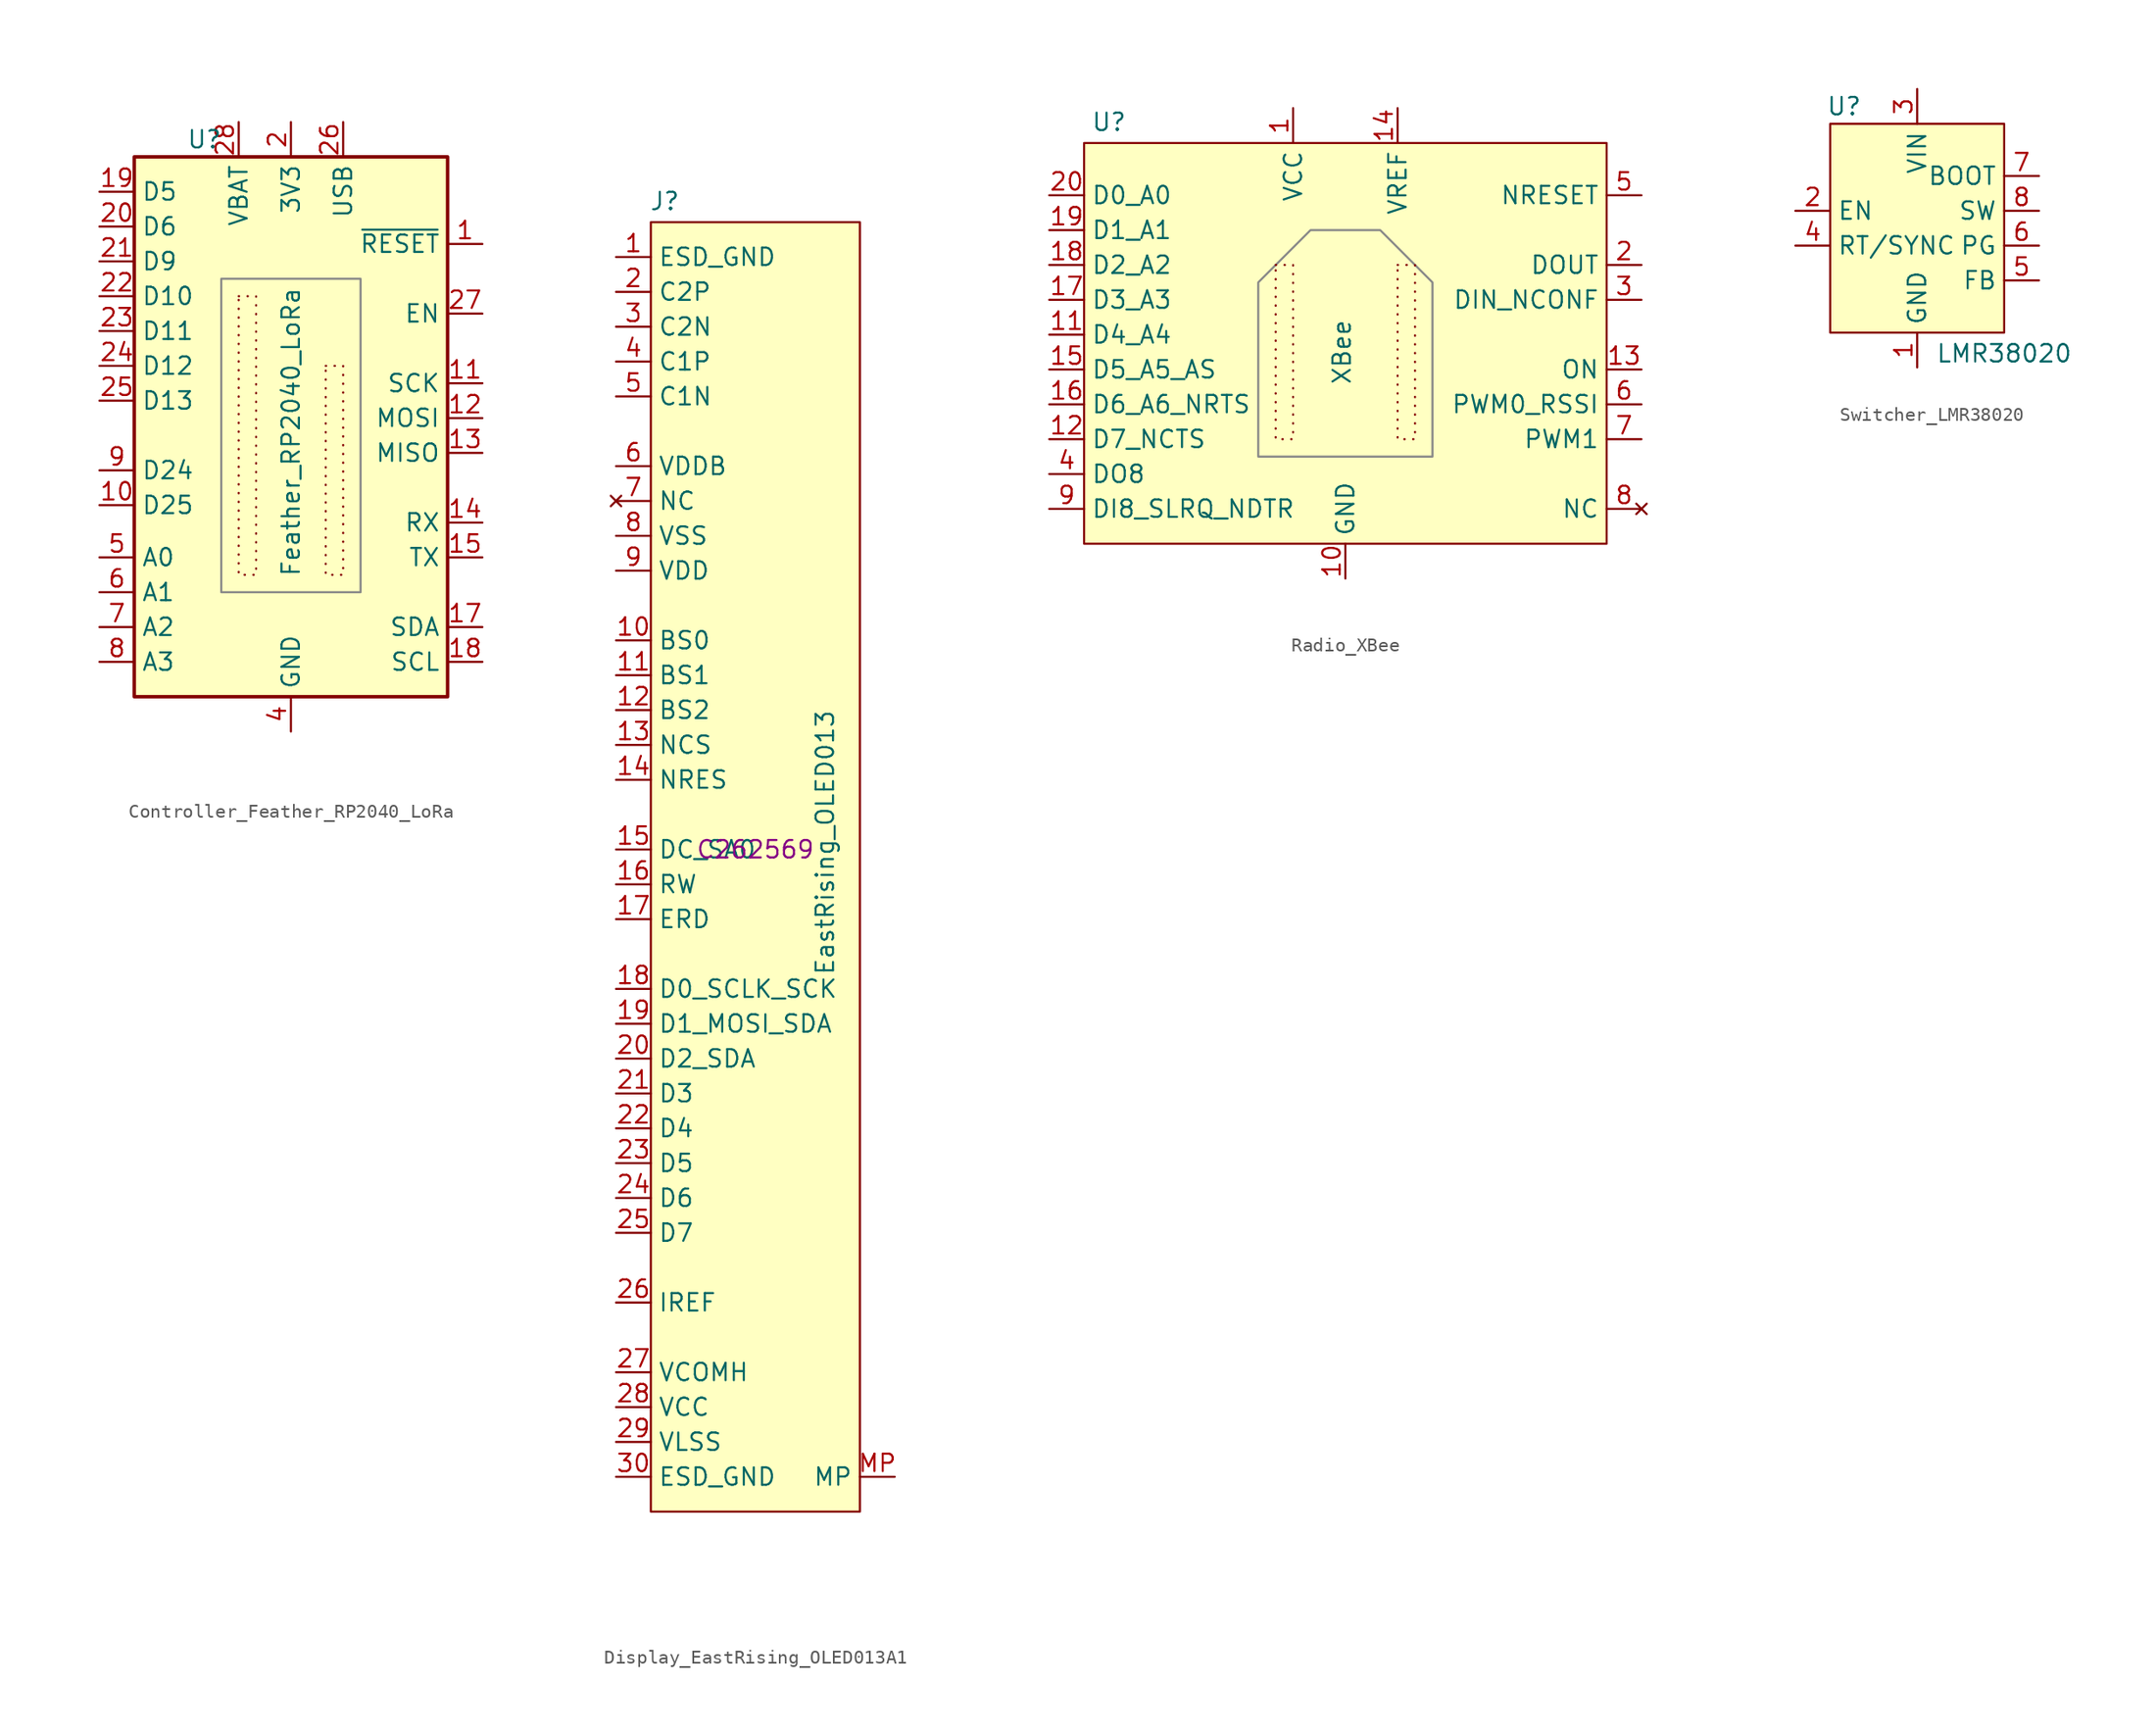
<source format=kicad_sym>
(kicad_symbol_lib
  (version 20231120)
  (generator "kicad_symbol_editor")
  (generator_version "8.0")
  (symbol "Controller_Feather_RP2040_LoRa"
    (property "Reference" "U"
      (at -7.62 20.32 0)
      (effects (font (size 1.27 1.27)) (justify left)))
    (property "Value" "Feather_RP2040_LoRa"
      (at 0 -1.016 90)
      (effects (font (size 1.27 1.27))))
    (symbol "Controller_Feather_RP2040_LoRa_0_1"
      (rectangle (start -11.43 19.05) (end 11.43 -20.32) (stroke (width 0.254) (type default)) (fill (type background))))
    (symbol "Controller_Feather_RP2040_LoRa_1_1"
      (rectangle (start -5.08 10.16) (end 5.08 -12.7) (stroke (width 0) (type default) (color 136 136 136 1)) (fill (type none)))
      (rectangle (start -3.81 8.89) (end -2.54 -11.43) (stroke (width 0) (type dot)) (fill (type none)))
      (rectangle (start 2.54 3.81) (end 3.81 -11.43) (stroke (width 0) (type dot)) (fill (type none)))
      (pin input line (at 13.97 12.7 180) (length 2.54) (name "~{RESET}" (effects (font (size 1.27 1.27)))) (number "1" (effects (font (size 1.27 1.27)))))
      (pin bidirectional line (at -13.97 -6.35 0) (length 2.54) (name "D25" (effects (font (size 1.27 1.27)))) (number "10" (effects (font (size 1.27 1.27)))))
      (pin bidirectional line (at 13.97 2.54 180) (length 2.54) (name "SCK" (effects (font (size 1.27 1.27)))) (number "11" (effects (font (size 1.27 1.27)))))
      (pin bidirectional line (at 13.97 0 180) (length 2.54) (name "MOSI" (effects (font (size 1.27 1.27)))) (number "12" (effects (font (size 1.27 1.27)))))
      (pin bidirectional line (at 13.97 -2.54 180) (length 2.54) (name "MISO" (effects (font (size 1.27 1.27)))) (number "13" (effects (font (size 1.27 1.27)))))
      (pin bidirectional line (at 13.97 -7.62 180) (length 2.54) (name "RX" (effects (font (size 1.27 1.27)))) (number "14" (effects (font (size 1.27 1.27)))))
      (pin bidirectional line (at 13.97 -10.16 180) (length 2.54) (name "TX" (effects (font (size 1.27 1.27)))) (number "15" (effects (font (size 1.27 1.27)))))
      (pin power_in line (at 0 -22.86 90) (length 2.54) hide (name "GND" (effects (font (size 1.27 1.27)))) (number "16" (effects (font (size 1.27 1.27)))))
      (pin bidirectional line (at 13.97 -15.24 180) (length 2.54) (name "SDA" (effects (font (size 1.27 1.27)))) (number "17" (effects (font (size 1.27 1.27)))))
      (pin bidirectional line (at 13.97 -17.78 180) (length 2.54) (name "SCL" (effects (font (size 1.27 1.27)))) (number "18" (effects (font (size 1.27 1.27)))))
      (pin bidirectional line (at -13.97 16.51 0) (length 2.54) (name "D5" (effects (font (size 1.27 1.27)))) (number "19" (effects (font (size 1.27 1.27)))))
      (pin power_out line (at 0 21.59 270) (length 2.54) (name "3V3" (effects (font (size 1.27 1.27)))) (number "2" (effects (font (size 1.27 1.27)))))
      (pin bidirectional line (at -13.97 13.97 0) (length 2.54) (name "D6" (effects (font (size 1.27 1.27)))) (number "20" (effects (font (size 1.27 1.27)))))
      (pin bidirectional line (at -13.97 11.43 0) (length 2.54) (name "D9" (effects (font (size 1.27 1.27)))) (number "21" (effects (font (size 1.27 1.27)))))
      (pin bidirectional line (at -13.97 8.89 0) (length 2.54) (name "D10" (effects (font (size 1.27 1.27)))) (number "22" (effects (font (size 1.27 1.27)))))
      (pin bidirectional line (at -13.97 6.35 0) (length 2.54) (name "D11" (effects (font (size 1.27 1.27)))) (number "23" (effects (font (size 1.27 1.27)))))
      (pin bidirectional line (at -13.97 3.81 0) (length 2.54) (name "D12" (effects (font (size 1.27 1.27)))) (number "24" (effects (font (size 1.27 1.27)))))
      (pin bidirectional line (at -13.97 1.27 0) (length 2.54) (name "D13" (effects (font (size 1.27 1.27)))) (number "25" (effects (font (size 1.27 1.27)))))
      (pin power_out line (at 3.81 21.59 270) (length 2.54) (name "USB" (effects (font (size 1.27 1.27)))) (number "26" (effects (font (size 1.27 1.27)))))
      (pin input line (at 13.97 7.62 180) (length 2.54) (name "EN" (effects (font (size 1.27 1.27)))) (number "27" (effects (font (size 1.27 1.27)))))
      (pin power_in line (at -3.81 21.59 270) (length 2.54) (name "VBAT" (effects (font (size 1.27 1.27)))) (number "28" (effects (font (size 1.27 1.27)))))
      (pin power_out line (at 0 21.59 270) (length 2.54) hide (name "3V3" (effects (font (size 1.27 1.27)))) (number "3" (effects (font (size 1.27 1.27)))))
      (pin power_in line (at 0 -22.86 90) (length 2.54) (name "GND" (effects (font (size 1.27 1.27)))) (number "4" (effects (font (size 1.27 1.27)))))
      (pin bidirectional line (at -13.97 -10.16 0) (length 2.54) (name "A0" (effects (font (size 1.27 1.27)))) (number "5" (effects (font (size 1.27 1.27)))))
      (pin bidirectional line (at -13.97 -12.7 0) (length 2.54) (name "A1" (effects (font (size 1.27 1.27)))) (number "6" (effects (font (size 1.27 1.27)))))
      (pin bidirectional line (at -13.97 -15.24 0) (length 2.54) (name "A2" (effects (font (size 1.27 1.27)))) (number "7" (effects (font (size 1.27 1.27)))))
      (pin bidirectional line (at -13.97 -17.78 0) (length 2.54) (name "A3" (effects (font (size 1.27 1.27)))) (number "8" (effects (font (size 1.27 1.27)))))
      (pin bidirectional line (at -13.97 -3.81 0) (length 2.54) (name "D24" (effects (font (size 1.27 1.27)))) (number "9" (effects (font (size 1.27 1.27)))))))
  (symbol "Display_EastRising_OLED013A1"
    (property "Reference" "J"
      (at -6.604 47.244 0)
      (effects (font (size 1.27 1.27))))
    (property "Value" "EastRising_OLED013"
      (at 5.08 0.508 90)
      (effects (font (size 1.27 1.27))))
    (property "LCSC" "C262569"
      (at 0 0 0)
      (effects (font (size 1.27 1.27))))
    (symbol "Display_EastRising_OLED013A1_1_1"
      (rectangle (start -7.62 45.72) (end 7.62 -48.26) (stroke (width 0) (type default)) (fill (type background)))
      (pin power_in line (at -10.16 43.18 0) (length 2.54) (name "ESD_GND" (effects (font (size 1.27 1.27)))) (number "1" (effects (font (size 1.27 1.27)))))
      (pin input line (at -10.16 15.24 0) (length 2.54) (name "BS0" (effects (font (size 1.27 1.27)))) (number "10" (effects (font (size 1.27 1.27)))))
      (pin input line (at -10.16 12.7 0) (length 2.54) (name "BS1" (effects (font (size 1.27 1.27)))) (number "11" (effects (font (size 1.27 1.27)))))
      (pin input line (at -10.16 10.16 0) (length 2.54) (name "BS2" (effects (font (size 1.27 1.27)))) (number "12" (effects (font (size 1.27 1.27)))))
      (pin input line (at -10.16 7.62 0) (length 2.54) (name "NCS" (effects (font (size 1.27 1.27)))) (number "13" (effects (font (size 1.27 1.27)))))
      (pin input line (at -10.16 5.08 0) (length 2.54) (name "NRES" (effects (font (size 1.27 1.27)))) (number "14" (effects (font (size 1.27 1.27)))))
      (pin input line (at -10.16 0 0) (length 2.54) (name "DC_SA0" (effects (font (size 1.27 1.27)))) (number "15" (effects (font (size 1.27 1.27)))))
      (pin input line (at -10.16 -2.54 0) (length 2.54) (name "RW" (effects (font (size 1.27 1.27)))) (number "16" (effects (font (size 1.27 1.27)))))
      (pin input line (at -10.16 -5.08 0) (length 2.54) (name "ERD" (effects (font (size 1.27 1.27)))) (number "17" (effects (font (size 1.27 1.27)))))
      (pin passive line (at -10.16 -10.16 0) (length 2.54) (name "D0_SCLK_SCK" (effects (font (size 1.27 1.27)))) (number "18" (effects (font (size 1.27 1.27)))))
      (pin passive line (at -10.16 -12.7 0) (length 2.54) (name "D1_MOSI_SDA" (effects (font (size 1.27 1.27)))) (number "19" (effects (font (size 1.27 1.27)))))
      (pin passive line (at -10.16 40.64 0) (length 2.54) (name "C2P" (effects (font (size 1.27 1.27)))) (number "2" (effects (font (size 1.27 1.27)))))
      (pin passive line (at -10.16 -15.24 0) (length 2.54) (name "D2_SDA" (effects (font (size 1.27 1.27)))) (number "20" (effects (font (size 1.27 1.27)))))
      (pin passive line (at -10.16 -17.78 0) (length 2.54) (name "D3" (effects (font (size 1.27 1.27)))) (number "21" (effects (font (size 1.27 1.27)))))
      (pin passive line (at -10.16 -20.32 0) (length 2.54) (name "D4" (effects (font (size 1.27 1.27)))) (number "22" (effects (font (size 1.27 1.27)))))
      (pin passive line (at -10.16 -22.86 0) (length 2.54) (name "D5" (effects (font (size 1.27 1.27)))) (number "23" (effects (font (size 1.27 1.27)))))
      (pin passive line (at -10.16 -25.4 0) (length 2.54) (name "D6" (effects (font (size 1.27 1.27)))) (number "24" (effects (font (size 1.27 1.27)))))
      (pin passive line (at -10.16 -27.94 0) (length 2.54) (name "D7" (effects (font (size 1.27 1.27)))) (number "25" (effects (font (size 1.27 1.27)))))
      (pin passive line (at -10.16 -33.02 0) (length 2.54) (name "IREF" (effects (font (size 1.27 1.27)))) (number "26" (effects (font (size 1.27 1.27)))))
      (pin input line (at -10.16 -38.1 0) (length 2.54) (name "VCOMH" (effects (font (size 1.27 1.27)))) (number "27" (effects (font (size 1.27 1.27)))))
      (pin passive line (at -10.16 -40.64 0) (length 2.54) (name "VCC" (effects (font (size 1.27 1.27)))) (number "28" (effects (font (size 1.27 1.27)))))
      (pin power_in line (at -10.16 -43.18 0) (length 2.54) (name "VLSS" (effects (font (size 1.27 1.27)))) (number "29" (effects (font (size 1.27 1.27)))))
      (pin passive line (at -10.16 38.1 0) (length 2.54) (name "C2N" (effects (font (size 1.27 1.27)))) (number "3" (effects (font (size 1.27 1.27)))))
      (pin power_in line (at -10.16 -45.72 0) (length 2.54) (name "ESD_GND" (effects (font (size 1.27 1.27)))) (number "30" (effects (font (size 1.27 1.27)))))
      (pin passive line (at -10.16 35.56 0) (length 2.54) (name "C1P" (effects (font (size 1.27 1.27)))) (number "4" (effects (font (size 1.27 1.27)))))
      (pin passive line (at -10.16 33.02 0) (length 2.54) (name "C1N" (effects (font (size 1.27 1.27)))) (number "5" (effects (font (size 1.27 1.27)))))
      (pin power_in line (at -10.16 27.94 0) (length 2.54) (name "VDDB" (effects (font (size 1.27 1.27)))) (number "6" (effects (font (size 1.27 1.27)))))
      (pin no_connect line (at -10.16 25.4 0) (length 2.54) (name "NC" (effects (font (size 1.27 1.27)))) (number "7" (effects (font (size 1.27 1.27)))))
      (pin power_in line (at -10.16 22.86 0) (length 2.54) (name "VSS" (effects (font (size 1.27 1.27)))) (number "8" (effects (font (size 1.27 1.27)))))
      (pin power_in line (at -10.16 20.32 0) (length 2.54) (name "VDD" (effects (font (size 1.27 1.27)))) (number "9" (effects (font (size 1.27 1.27)))))
      (pin passive line (at 10.16 -45.72 180) (length 2.54) (name "MP" (effects (font (size 1.27 1.27)))) (number "MP" (effects (font (size 1.27 1.27)))))))
  (symbol "Radio_XBee"
    (property "Reference" "U"
      (at -18.542 16.764 0)
      (effects (font (size 1.27 1.27)) (justify left)))
    (property "Value" "XBee"
      (at -0.254 0 90)
      (effects (font (size 1.27 1.27))))
    (symbol "Radio_XBee_1_1"
      (rectangle (start -19.05 15.24) (end 19.05 -13.97) (stroke (width 0) (type default)) (fill (type background)))
      (rectangle (start -5.08 6.35) (end -3.81 -6.35) (stroke (width 0) (type dot)) (fill (type none)))
      (polyline (pts (xy -6.35 -7.62) (xy -6.35 5.08) (xy -2.54 8.89) (xy 2.54 8.89) (xy 6.35 5.08) (xy 6.35 -7.62) (xy -6.35 -7.62)) (stroke (width 0) (type default) (color 136 136 136 1)) (fill (type none)))
      (rectangle (start 3.81 6.35) (end 5.08 -6.35) (stroke (width 0) (type dot)) (fill (type none)))
      (pin power_in line (at -3.81 17.78 270) (length 2.54) (name "VCC" (effects (font (size 1.27 1.27)))) (number "1" (effects (font (size 1.27 1.27)))))
      (pin power_in line (at 0 -16.51 90) (length 2.54) (name "GND" (effects (font (size 1.27 1.27)))) (number "10" (effects (font (size 1.27 1.27)))))
      (pin bidirectional line (at -21.59 1.27 0) (length 2.54) (name "D4_A4" (effects (font (size 1.27 1.27)))) (number "11" (effects (font (size 1.27 1.27)))))
      (pin bidirectional line (at -21.59 -6.35 0) (length 2.54) (name "D7_NCTS" (effects (font (size 1.27 1.27)))) (number "12" (effects (font (size 1.27 1.27)))))
      (pin output line (at 21.59 -1.27 180) (length 2.54) (name "ON" (effects (font (size 1.27 1.27)))) (number "13" (effects (font (size 1.27 1.27)))))
      (pin power_in line (at 3.81 17.78 270) (length 2.54) (name "VREF" (effects (font (size 1.27 1.27)))) (number "14" (effects (font (size 1.27 1.27)))))
      (pin bidirectional line (at -21.59 -1.27 0) (length 2.54) (name "D5_A5_AS" (effects (font (size 1.27 1.27)))) (number "15" (effects (font (size 1.27 1.27)))))
      (pin bidirectional line (at -21.59 -3.81 0) (length 2.54) (name "D6_A6_NRTS" (effects (font (size 1.27 1.27)))) (number "16" (effects (font (size 1.27 1.27)))))
      (pin bidirectional line (at -21.59 3.81 0) (length 2.54) (name "D3_A3" (effects (font (size 1.27 1.27)))) (number "17" (effects (font (size 1.27 1.27)))))
      (pin bidirectional line (at -21.59 6.35 0) (length 2.54) (name "D2_A2" (effects (font (size 1.27 1.27)))) (number "18" (effects (font (size 1.27 1.27)))))
      (pin bidirectional line (at -21.59 8.89 0) (length 2.54) (name "D1_A1" (effects (font (size 1.27 1.27)))) (number "19" (effects (font (size 1.27 1.27)))))
      (pin output line (at 21.59 6.35 180) (length 2.54) (name "DOUT" (effects (font (size 1.27 1.27)))) (number "2" (effects (font (size 1.27 1.27)))))
      (pin bidirectional line (at -21.59 11.43 0) (length 2.54) (name "D0_A0" (effects (font (size 1.27 1.27)))) (number "20" (effects (font (size 1.27 1.27)))))
      (pin input line (at 21.59 3.81 180) (length 2.54) (name "DIN_NCONF" (effects (font (size 1.27 1.27)))) (number "3" (effects (font (size 1.27 1.27)))))
      (pin output line (at -21.59 -8.89 0) (length 2.54) (name "DO8" (effects (font (size 1.27 1.27)))) (number "4" (effects (font (size 1.27 1.27)))))
      (pin input line (at 21.59 11.43 180) (length 2.54) (name "NRESET" (effects (font (size 1.27 1.27)))) (number "5" (effects (font (size 1.27 1.27)))))
      (pin output line (at 21.59 -3.81 180) (length 2.54) (name "PWM0_RSSI" (effects (font (size 1.27 1.27)))) (number "6" (effects (font (size 1.27 1.27)))))
      (pin output line (at 21.59 -6.35 180) (length 2.54) (name "PWM1" (effects (font (size 1.27 1.27)))) (number "7" (effects (font (size 1.27 1.27)))))
      (pin no_connect line (at 21.59 -11.43 180) (length 2.54) (name "NC" (effects (font (size 1.27 1.27)))) (number "8" (effects (font (size 1.27 1.27)))))
      (pin input line (at -21.59 -11.43 0) (length 2.54) (name "DI8_SLRQ_NDTR" (effects (font (size 1.27 1.27)))) (number "9" (effects (font (size 1.27 1.27)))))))
  (symbol "Switcher_LMR38020"
    (property "Reference" "U"
      (at -5.334 8.89 0)
      (effects (font (size 1.27 1.27))))
    (property "Value" "LMR38020"
      (at 6.35 -9.144 0)
      (effects (font (size 1.27 1.27))))
    (symbol "Switcher_LMR38020_1_1"
      (rectangle (start -6.35 7.62) (end 6.35 -7.62) (stroke (width 0) (type default)) (fill (type background)))
      (pin power_in line (at 0 -10.16 90) (length 2.54) (name "GND" (effects (font (size 1.27 1.27)))) (number "1" (effects (font (size 1.27 1.27)))))
      (pin input line (at -8.89 1.27 0) (length 2.54) (name "EN" (effects (font (size 1.27 1.27)))) (number "2" (effects (font (size 1.27 1.27)))))
      (pin power_in line (at 0 10.16 270) (length 2.54) (name "VIN" (effects (font (size 1.27 1.27)))) (number "3" (effects (font (size 1.27 1.27)))))
      (pin passive line (at -8.89 -1.27 0) (length 2.54) (name "RT/SYNC" (effects (font (size 1.27 1.27)))) (number "4" (effects (font (size 1.27 1.27)))))
      (pin passive line (at 8.89 -3.81 180) (length 2.54) (name "FB" (effects (font (size 1.27 1.27)))) (number "5" (effects (font (size 1.27 1.27)))))
      (pin open_collector line (at 8.89 -1.27 180) (length 2.54) (name "PG" (effects (font (size 1.27 1.27)))) (number "6" (effects (font (size 1.27 1.27)))))
      (pin passive line (at 8.89 3.81 180) (length 2.54) (name "BOOT" (effects (font (size 1.27 1.27)))) (number "7" (effects (font (size 1.27 1.27)))))
      (pin passive line (at 8.89 1.27 180) (length 2.54) (name "SW" (effects (font (size 1.27 1.27)))) (number "8" (effects (font (size 1.27 1.27)))))
      (pin power_in line (at 0 -10.16 90) (length 2.54) hide (name "GND" (effects (font (size 1.27 1.27)))) (number "9" (effects (font (size 1.27 1.27))))))))
</source>
